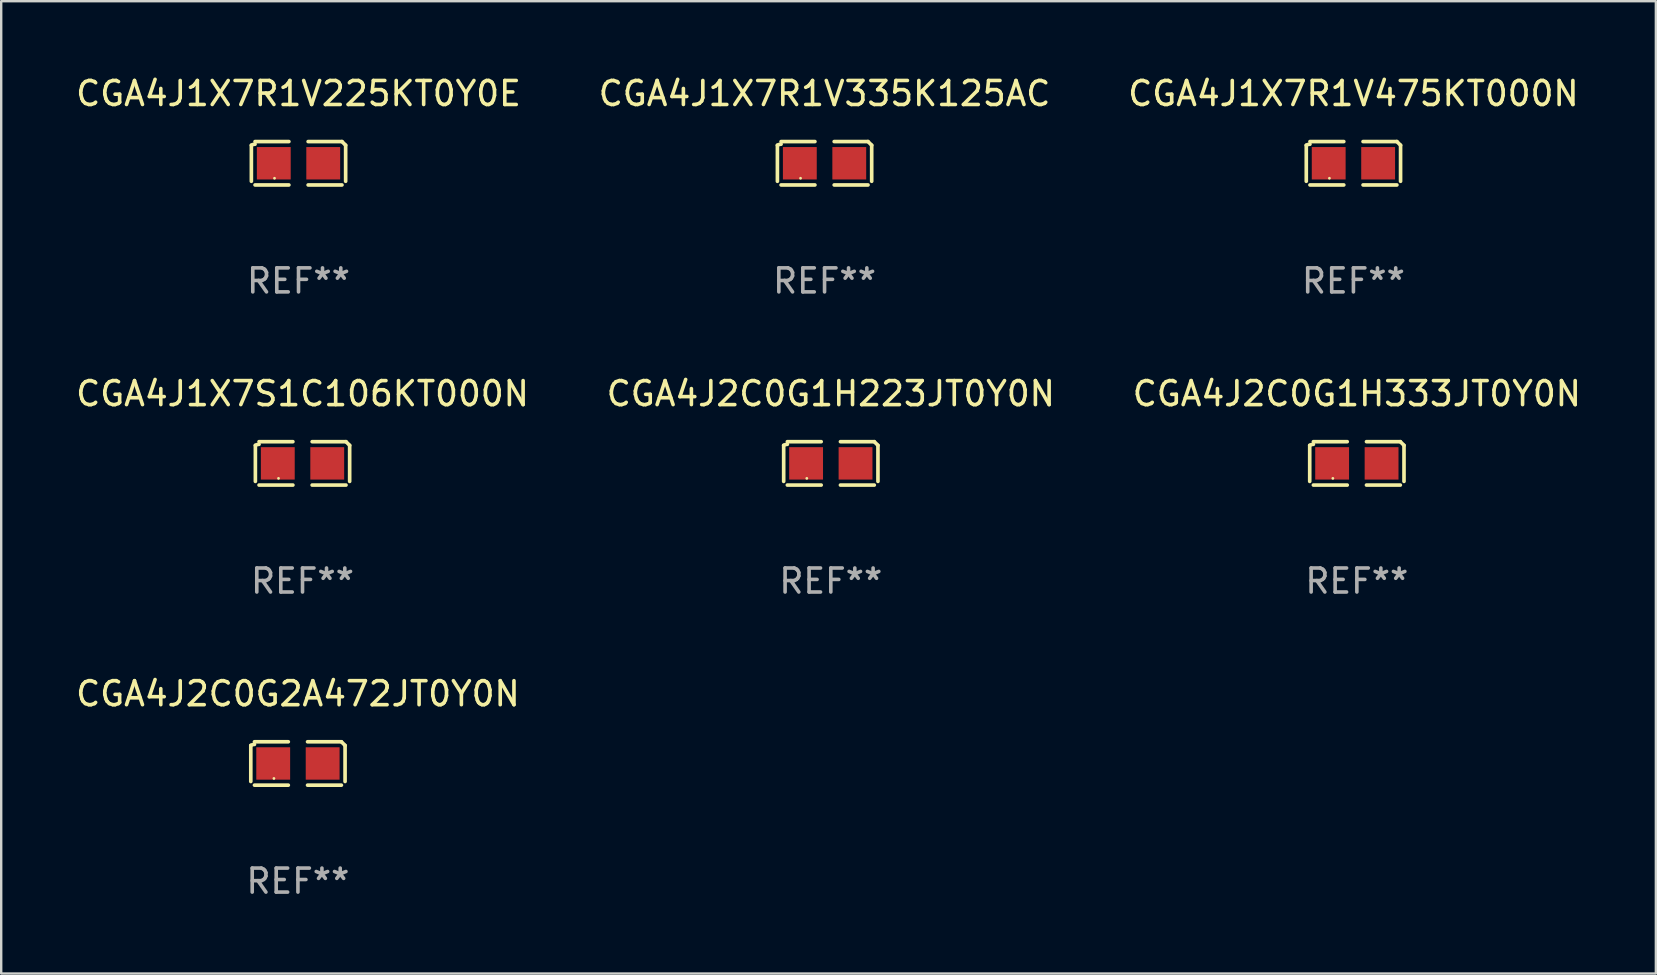
<source format=kicad_pcb>
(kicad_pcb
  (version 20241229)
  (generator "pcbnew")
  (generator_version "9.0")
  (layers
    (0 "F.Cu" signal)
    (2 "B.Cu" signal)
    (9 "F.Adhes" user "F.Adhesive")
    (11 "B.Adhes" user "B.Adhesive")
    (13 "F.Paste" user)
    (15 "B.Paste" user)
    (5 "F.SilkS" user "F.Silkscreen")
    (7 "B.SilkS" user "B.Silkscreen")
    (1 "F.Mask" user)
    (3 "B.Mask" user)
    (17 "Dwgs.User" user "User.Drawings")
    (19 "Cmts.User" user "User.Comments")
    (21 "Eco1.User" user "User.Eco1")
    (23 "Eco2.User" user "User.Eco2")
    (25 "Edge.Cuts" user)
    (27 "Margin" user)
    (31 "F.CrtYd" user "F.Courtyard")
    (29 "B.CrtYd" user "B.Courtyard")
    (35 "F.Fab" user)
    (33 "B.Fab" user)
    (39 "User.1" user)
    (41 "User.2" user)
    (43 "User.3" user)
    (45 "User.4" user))
  (footprint "CGA4J1X7R1V225KT0Y0E"
    (layer "F.Cu")
    (at 9.387 3.752)
    (property "Reference" "CGA4J1X7R1V225KT0Y0E" (at 0 -2.904 0) (layer "F.SilkS") (effects (font (size 1 1) (thickness 0.15))))
    (attr through_hole)
    (fp_line (start -1.964 0.751) (end -1.964 -0.751) (stroke (width 0.152) (type solid)) (layer "F.SilkS"))
    (fp_line (start -1.811 -0.904) (end -0.401 -0.904) (stroke (width 0.152) (type solid)) (layer "F.SilkS"))
    (fp_line (start -0.401 0.904) (end -1.811 0.904) (stroke (width 0.152) (type solid)) (layer "F.SilkS"))
    (fp_line (start 0.401 0.904) (end 1.811 0.904) (stroke (width 0.152) (type solid)) (layer "F.SilkS"))
    (fp_line (start 1.811 -0.904) (end 0.401 -0.904) (stroke (width 0.152) (type solid)) (layer "F.SilkS"))
    (fp_line (start 1.964 0.751) (end 1.964 -0.751) (stroke (width 0.152) (type solid)) (layer "F.SilkS"))
    (fp_arc (start -1.963602 -0.751207) (mid -1.890354 -0.783131) (end -1.811201 -0.794044) (stroke (width 0.1524) (type solid)) (layer "F.SilkS"))
    (fp_arc (start 1.811202 -0.903607) (mid 1.887413 -0.827418) (end 1.963602 -0.751207) (stroke (width 0.1524) (type solid)) (layer "F.SilkS"))
    (fp_circle (center -1 0.625) (end -0.97 0.625) (stroke (width 0.06) (type solid)) (fill no) (layer "F.SilkS"))
    (fp_text user "REF**" (at 0 4.904 0) (layer "F.Fab") (effects (font (size 1 1) (thickness 0.15))))
    (pad "1" smd rect (at -1.03 0) (size 1.41 1.35) (layers "F.Cu" "F.Mask" "F.Paste"))
    (pad "2" smd rect (at 1.03 0) (size 1.41 1.35) (layers "F.Cu" "F.Mask" "F.Paste")))
  (footprint "CGA4J1X7R1V335K125AC"
    (layer "F.Cu")
    (at 31.304 3.752)
    (property "Reference" "CGA4J1X7R1V335K125AC" (at 0 -2.904 0) (layer "F.SilkS") (effects (font (size 1 1) (thickness 0.15))))
    (attr through_hole)
    (fp_line (start -1.964 0.751) (end -1.964 -0.751) (stroke (width 0.152) (type solid)) (layer "F.SilkS"))
    (fp_line (start -1.811 -0.904) (end -0.401 -0.904) (stroke (width 0.152) (type solid)) (layer "F.SilkS"))
    (fp_line (start -0.401 0.904) (end -1.811 0.904) (stroke (width 0.152) (type solid)) (layer "F.SilkS"))
    (fp_line (start 0.401 0.904) (end 1.811 0.904) (stroke (width 0.152) (type solid)) (layer "F.SilkS"))
    (fp_line (start 1.811 -0.904) (end 0.401 -0.904) (stroke (width 0.152) (type solid)) (layer "F.SilkS"))
    (fp_line (start 1.964 0.751) (end 1.964 -0.751) (stroke (width 0.152) (type solid)) (layer "F.SilkS"))
    (fp_arc (start -1.963602 -0.751207) (mid -1.890354 -0.783131) (end -1.811201 -0.794044) (stroke (width 0.1524) (type solid)) (layer "F.SilkS"))
    (fp_arc (start 1.811202 -0.903607) (mid 1.887413 -0.827418) (end 1.963602 -0.751207) (stroke (width 0.1524) (type solid)) (layer "F.SilkS"))
    (fp_circle (center -1 0.625) (end -0.97 0.625) (stroke (width 0.06) (type solid)) (fill no) (layer "F.SilkS"))
    (fp_text user "REF**" (at 0 4.904 0) (layer "F.Fab") (effects (font (size 1 1) (thickness 0.15))))
    (pad "1" smd rect (at -1.03 0) (size 1.41 1.35) (layers "F.Cu" "F.Mask" "F.Paste"))
    (pad "2" smd rect (at 1.03 0) (size 1.41 1.35) (layers "F.Cu" "F.Mask" "F.Paste")))
  (footprint "CGA4J1X7S1C106KT000N"
    (layer "F.Cu")
    (at 9.554 16.256)
    (property "Reference" "CGA4J1X7S1C106KT000N" (at 0 -2.904 0) (layer "F.SilkS") (effects (font (size 1 1) (thickness 0.15))))
    (attr through_hole)
    (fp_line (start -1.964 0.751) (end -1.964 -0.751) (stroke (width 0.152) (type solid)) (layer "F.SilkS"))
    (fp_line (start -1.811 -0.904) (end -0.401 -0.904) (stroke (width 0.152) (type solid)) (layer "F.SilkS"))
    (fp_line (start -0.401 0.904) (end -1.811 0.904) (stroke (width 0.152) (type solid)) (layer "F.SilkS"))
    (fp_line (start 0.401 0.904) (end 1.811 0.904) (stroke (width 0.152) (type solid)) (layer "F.SilkS"))
    (fp_line (start 1.811 -0.904) (end 0.401 -0.904) (stroke (width 0.152) (type solid)) (layer "F.SilkS"))
    (fp_line (start 1.964 0.751) (end 1.964 -0.751) (stroke (width 0.152) (type solid)) (layer "F.SilkS"))
    (fp_arc (start -1.963602 -0.751207) (mid -1.890354 -0.783131) (end -1.811201 -0.794044) (stroke (width 0.1524) (type solid)) (layer "F.SilkS"))
    (fp_arc (start 1.811202 -0.903607) (mid 1.887413 -0.827418) (end 1.963602 -0.751207) (stroke (width 0.1524) (type solid)) (layer "F.SilkS"))
    (fp_circle (center -1 0.625) (end -0.97 0.625) (stroke (width 0.06) (type solid)) (fill no) (layer "F.SilkS"))
    (fp_text user "REF**" (at 0 4.904 0) (layer "F.Fab") (effects (font (size 1 1) (thickness 0.15))))
    (pad "1" smd rect (at -1.03 0) (size 1.41 1.35) (layers "F.Cu" "F.Mask" "F.Paste"))
    (pad "2" smd rect (at 1.03 0) (size 1.41 1.35) (layers "F.Cu" "F.Mask" "F.Paste")))
  (footprint "CGA4J2C0G2A472JT0Y0N"
    (layer "F.Cu")
    (at 9.363 28.759)
    (property "Reference" "CGA4J2C0G2A472JT0Y0N" (at 0 -2.904 0) (layer "F.SilkS") (effects (font (size 1 1) (thickness 0.15))))
    (attr through_hole)
    (fp_line (start -1.964 0.751) (end -1.964 -0.751) (stroke (width 0.152) (type solid)) (layer "F.SilkS"))
    (fp_line (start -1.811 -0.904) (end -0.401 -0.904) (stroke (width 0.152) (type solid)) (layer "F.SilkS"))
    (fp_line (start -0.401 0.904) (end -1.811 0.904) (stroke (width 0.152) (type solid)) (layer "F.SilkS"))
    (fp_line (start 0.401 0.904) (end 1.811 0.904) (stroke (width 0.152) (type solid)) (layer "F.SilkS"))
    (fp_line (start 1.811 -0.904) (end 0.401 -0.904) (stroke (width 0.152) (type solid)) (layer "F.SilkS"))
    (fp_line (start 1.964 0.751) (end 1.964 -0.751) (stroke (width 0.152) (type solid)) (layer "F.SilkS"))
    (fp_arc (start -1.963602 -0.751207) (mid -1.890354 -0.783131) (end -1.811201 -0.794044) (stroke (width 0.1524) (type solid)) (layer "F.SilkS"))
    (fp_arc (start 1.811202 -0.903607) (mid 1.887413 -0.827418) (end 1.963602 -0.751207) (stroke (width 0.1524) (type solid)) (layer "F.SilkS"))
    (fp_circle (center -1 0.625) (end -0.97 0.625) (stroke (width 0.06) (type solid)) (fill no) (layer "F.SilkS"))
    (fp_text user "REF**" (at 0 4.904 0) (layer "F.Fab") (effects (font (size 1 1) (thickness 0.15))))
    (pad "1" smd rect (at -1.03 0) (size 1.41 1.35) (layers "F.Cu" "F.Mask" "F.Paste"))
    (pad "2" smd rect (at 1.03 0) (size 1.41 1.35) (layers "F.Cu" "F.Mask" "F.Paste")))
  (footprint "CGA4J2C0G1H333JT0Y0N"
    (layer "F.Cu")
    (at 53.482 16.256)
    (property "Reference" "CGA4J2C0G1H333JT0Y0N" (at 0 -2.904 0) (layer "F.SilkS") (effects (font (size 1 1) (thickness 0.15))))
    (attr through_hole)
    (fp_line (start -1.964 0.751) (end -1.964 -0.751) (stroke (width 0.152) (type solid)) (layer "F.SilkS"))
    (fp_line (start -1.811 -0.904) (end -0.401 -0.904) (stroke (width 0.152) (type solid)) (layer "F.SilkS"))
    (fp_line (start -0.401 0.904) (end -1.811 0.904) (stroke (width 0.152) (type solid)) (layer "F.SilkS"))
    (fp_line (start 0.401 0.904) (end 1.811 0.904) (stroke (width 0.152) (type solid)) (layer "F.SilkS"))
    (fp_line (start 1.811 -0.904) (end 0.401 -0.904) (stroke (width 0.152) (type solid)) (layer "F.SilkS"))
    (fp_line (start 1.964 0.751) (end 1.964 -0.751) (stroke (width 0.152) (type solid)) (layer "F.SilkS"))
    (fp_arc (start -1.963602 -0.751207) (mid -1.890354 -0.783131) (end -1.811201 -0.794044) (stroke (width 0.1524) (type solid)) (layer "F.SilkS"))
    (fp_arc (start 1.811202 -0.903607) (mid 1.887413 -0.827418) (end 1.963602 -0.751207) (stroke (width 0.1524) (type solid)) (layer "F.SilkS"))
    (fp_circle (center -1 0.625) (end -0.97 0.625) (stroke (width 0.06) (type solid)) (fill no) (layer "F.SilkS"))
    (fp_text user "REF**" (at 0 4.904 0) (layer "F.Fab") (effects (font (size 1 1) (thickness 0.15))))
    (pad "1" smd rect (at -1.03 0) (size 1.41 1.35) (layers "F.Cu" "F.Mask" "F.Paste"))
    (pad "2" smd rect (at 1.03 0) (size 1.41 1.35) (layers "F.Cu" "F.Mask" "F.Paste")))
  (footprint "CGA4J2C0G1H223JT0Y0N"
    (layer "F.Cu")
    (at 31.565 16.256)
    (property "Reference" "CGA4J2C0G1H223JT0Y0N" (at 0 -2.904 0) (layer "F.SilkS") (effects (font (size 1 1) (thickness 0.15))))
    (attr through_hole)
    (fp_line (start -1.964 0.751) (end -1.964 -0.751) (stroke (width 0.152) (type solid)) (layer "F.SilkS"))
    (fp_line (start -1.811 -0.904) (end -0.401 -0.904) (stroke (width 0.152) (type solid)) (layer "F.SilkS"))
    (fp_line (start -0.401 0.904) (end -1.811 0.904) (stroke (width 0.152) (type solid)) (layer "F.SilkS"))
    (fp_line (start 0.401 0.904) (end 1.811 0.904) (stroke (width 0.152) (type solid)) (layer "F.SilkS"))
    (fp_line (start 1.811 -0.904) (end 0.401 -0.904) (stroke (width 0.152) (type solid)) (layer "F.SilkS"))
    (fp_line (start 1.964 0.751) (end 1.964 -0.751) (stroke (width 0.152) (type solid)) (layer "F.SilkS"))
    (fp_arc (start -1.963602 -0.751207) (mid -1.890354 -0.783131) (end -1.811201 -0.794044) (stroke (width 0.1524) (type solid)) (layer "F.SilkS"))
    (fp_arc (start 1.811202 -0.903607) (mid 1.887413 -0.827418) (end 1.963602 -0.751207) (stroke (width 0.1524) (type solid)) (layer "F.SilkS"))
    (fp_circle (center -1 0.625) (end -0.97 0.625) (stroke (width 0.06) (type solid)) (fill no) (layer "F.SilkS"))
    (fp_text user "REF**" (at 0 4.904 0) (layer "F.Fab") (effects (font (size 1 1) (thickness 0.15))))
    (pad "1" smd rect (at -1.03 0) (size 1.41 1.35) (layers "F.Cu" "F.Mask" "F.Paste"))
    (pad "2" smd rect (at 1.03 0) (size 1.41 1.35) (layers "F.Cu" "F.Mask" "F.Paste")))
  (footprint "CGA4J1X7R1V475KT000N"
    (layer "F.Cu")
    (at 53.339 3.752)
    (property "Reference" "CGA4J1X7R1V475KT000N" (at 0 -2.904 0) (layer "F.SilkS") (effects (font (size 1 1) (thickness 0.15))))
    (attr through_hole)
    (fp_line (start -1.964 0.751) (end -1.964 -0.751) (stroke (width 0.152) (type solid)) (layer "F.SilkS"))
    (fp_line (start -1.811 -0.904) (end -0.401 -0.904) (stroke (width 0.152) (type solid)) (layer "F.SilkS"))
    (fp_line (start -0.401 0.904) (end -1.811 0.904) (stroke (width 0.152) (type solid)) (layer "F.SilkS"))
    (fp_line (start 0.401 0.904) (end 1.811 0.904) (stroke (width 0.152) (type solid)) (layer "F.SilkS"))
    (fp_line (start 1.811 -0.904) (end 0.401 -0.904) (stroke (width 0.152) (type solid)) (layer "F.SilkS"))
    (fp_line (start 1.964 0.751) (end 1.964 -0.751) (stroke (width 0.152) (type solid)) (layer "F.SilkS"))
    (fp_arc (start -1.963602 -0.751207) (mid -1.890354 -0.783131) (end -1.811201 -0.794044) (stroke (width 0.1524) (type solid)) (layer "F.SilkS"))
    (fp_arc (start 1.811202 -0.903607) (mid 1.887413 -0.827418) (end 1.963602 -0.751207) (stroke (width 0.1524) (type solid)) (layer "F.SilkS"))
    (fp_circle (center -1 0.625) (end -0.97 0.625) (stroke (width 0.06) (type solid)) (fill no) (layer "F.SilkS"))
    (fp_text user "REF**" (at 0 4.904 0) (layer "F.Fab") (effects (font (size 1 1) (thickness 0.15))))
    (pad "1" smd rect (at -1.03 0) (size 1.41 1.35) (layers "F.Cu" "F.Mask" "F.Paste"))
    (pad "2" smd rect (at 1.03 0) (size 1.41 1.35) (layers "F.Cu" "F.Mask" "F.Paste")))
  (gr_rect
    (start -3 -3)
    (end 65.94 37.511)
    (stroke (width 0.1) (type default))
    (fill no)
    (layer "Edge.Cuts")))
</source>
